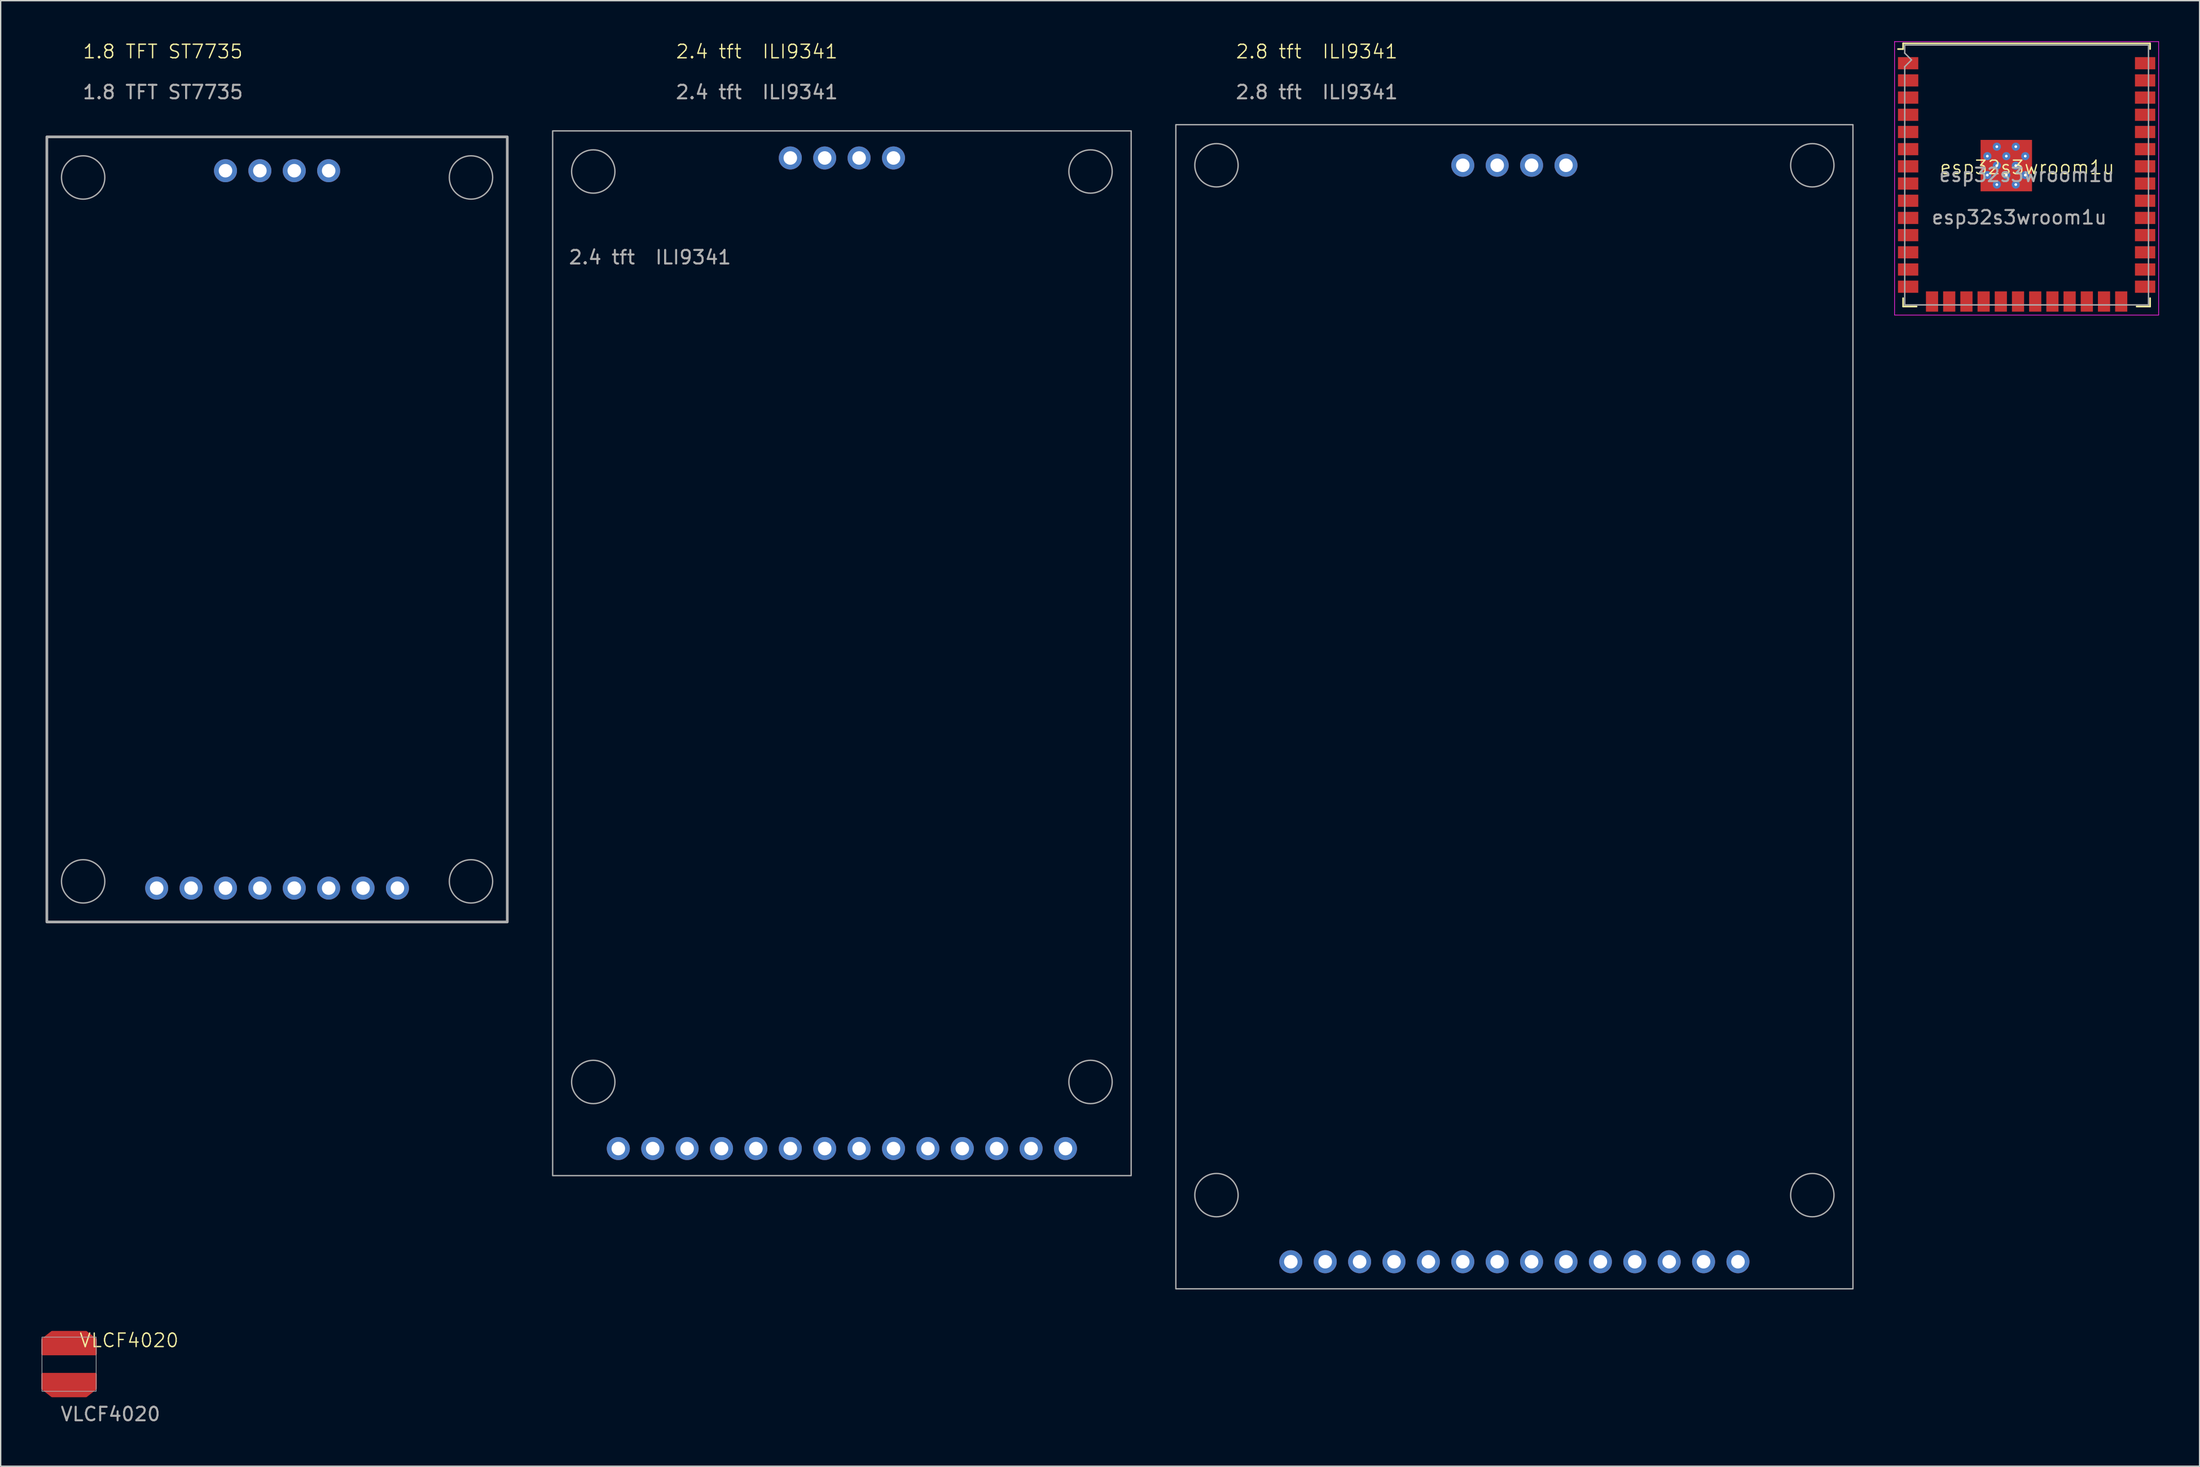
<source format=kicad_pcb>
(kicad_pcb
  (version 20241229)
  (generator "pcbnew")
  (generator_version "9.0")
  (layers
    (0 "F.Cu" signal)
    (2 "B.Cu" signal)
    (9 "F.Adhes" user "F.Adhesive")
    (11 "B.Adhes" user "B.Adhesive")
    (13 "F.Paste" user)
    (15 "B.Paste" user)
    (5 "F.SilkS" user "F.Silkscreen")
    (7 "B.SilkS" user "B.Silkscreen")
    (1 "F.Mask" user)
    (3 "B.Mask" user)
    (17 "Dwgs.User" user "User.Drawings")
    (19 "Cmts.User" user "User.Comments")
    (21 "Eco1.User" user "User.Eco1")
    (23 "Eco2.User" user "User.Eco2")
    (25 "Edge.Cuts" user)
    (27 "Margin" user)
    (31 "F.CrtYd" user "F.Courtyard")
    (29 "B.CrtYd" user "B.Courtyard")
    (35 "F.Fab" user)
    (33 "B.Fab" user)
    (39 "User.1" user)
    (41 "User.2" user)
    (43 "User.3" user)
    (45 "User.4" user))
  (footprint "2.8 tft  ILI9341"
    (layer "F.Cu")
    (at 83.78 6.16)
    (property "Reference" "2.8 tft  ILI9341" (at 10.41 -5.4 0) (unlocked yes) (layer "F.SilkS") (effects (font (size 1 1) (thickness 0.1))))
    (attr smd)
    (fp_rect (start 0 0) (end 50 86) (stroke (width 0.1) (type default)) (fill no) (layer "F.Fab"))
    (fp_circle (center 3 3) (end 4.6 3) (stroke (width 0.1) (type default)) (fill no) (layer "F.Fab"))
    (fp_circle (center 3 79.08) (end 4.6 79.08) (stroke (width 0.1) (type default)) (fill no) (layer "F.Fab"))
    (fp_circle (center 47 3) (end 48.6 3) (stroke (width 0.1) (type default)) (fill no) (layer "F.Fab"))
    (fp_circle (center 47 79.08) (end 48.6 79.08) (stroke (width 0.1) (type default)) (fill no) (layer "F.Fab"))
    (fp_text user "${REFERENCE}" (at 10.41 -2.4 0) (unlocked yes) (layer "F.Fab") (effects (font (size 1 1) (thickness 0.15))))
    (pad "1" thru_hole oval (at 8.49 84) (size 1.7 1.7) (drill 1) (layers "*.Cu" "*.Mask"))
    (pad "2" thru_hole oval (at 11.03 84) (size 1.7 1.7) (drill 1) (layers "*.Cu" "*.Mask"))
    (pad "3" thru_hole oval (at 13.57 84) (size 1.7 1.7) (drill 1) (layers "*.Cu" "*.Mask"))
    (pad "4" thru_hole oval (at 16.11 84) (size 1.7 1.7) (drill 1) (layers "*.Cu" "*.Mask"))
    (pad "5" thru_hole oval (at 18.65 84) (size 1.7 1.7) (drill 1) (layers "*.Cu" "*.Mask"))
    (pad "6" thru_hole oval (at 21.19 84) (size 1.7 1.7) (drill 1) (layers "*.Cu" "*.Mask"))
    (pad "7" thru_hole oval (at 23.73 84) (size 1.7 1.7) (drill 1) (layers "*.Cu" "*.Mask"))
    (pad "8" thru_hole oval (at 26.27 84) (size 1.7 1.7) (drill 1) (layers "*.Cu" "*.Mask"))
    (pad "9" thru_hole oval (at 28.81 84) (size 1.7 1.7) (drill 1) (layers "*.Cu" "*.Mask"))
    (pad "10" thru_hole oval (at 31.35 84) (size 1.7 1.7) (drill 1) (layers "*.Cu" "*.Mask"))
    (pad "11" thru_hole oval (at 33.89 84) (size 1.7 1.7) (drill 1) (layers "*.Cu" "*.Mask"))
    (pad "12" thru_hole oval (at 36.43 84) (size 1.7 1.7) (drill 1) (layers "*.Cu" "*.Mask"))
    (pad "13" thru_hole oval (at 38.97 84) (size 1.7 1.7) (drill 1) (layers "*.Cu" "*.Mask"))
    (pad "14" thru_hole oval (at 41.51 84) (size 1.7 1.7) (drill 1) (layers "*.Cu" "*.Mask"))
    (pad "15" thru_hole oval (at 21.19 3) (size 1.7 1.7) (drill 1) (layers "*.Cu" "*.Mask"))
    (pad "16" thru_hole oval (at 23.73 3) (size 1.7 1.7) (drill 1) (layers "*.Cu" "*.Mask"))
    (pad "17" thru_hole oval (at 26.27 3) (size 1.7 1.7) (drill 1) (layers "*.Cu" "*.Mask"))
    (pad "18" thru_hole oval (at 28.81 3) (size 1.7 1.7) (drill 1) (layers "*.Cu" "*.Mask")))
  (footprint "1.8 TFT ST7735"
    (layer "F.Cu")
    (at 0.25 7.03)
    (property "Reference" "1.8 TFT ST7735" (at 8.73 -6.27 0) (unlocked yes) (layer "F.SilkS") (effects (font (size 1 1) (thickness 0.1))))
    (attr smd)
    (fp_rect (start 34.16 58.03) (end 0.16 0.03) (stroke (width 0.2) (type default)) (fill no) (layer "F.Fab"))
    (fp_circle (center 2.84 3.03) (end 1.24 3.03) (stroke (width 0.1) (type solid)) (fill no) (layer "F.Fab"))
    (fp_circle (center 2.84 55.03) (end 1.24 55.03) (stroke (width 0.1) (type solid)) (fill no) (layer "F.Fab"))
    (fp_circle (center 31.48 3.03) (end 29.88 3.03) (stroke (width 0.1) (type solid)) (fill no) (layer "F.Fab"))
    (fp_circle (center 31.48 55.03) (end 29.88 55.03) (stroke (width 0.1) (type solid)) (fill no) (layer "F.Fab"))
    (fp_text user "${REFERENCE}" (at 8.73 -3.27 0) (unlocked yes) (layer "F.Fab") (effects (font (size 1 1) (thickness 0.15))))
    (pad "1" thru_hole oval (at 8.27 55.53 180) (size 1.7 1.7) (drill 1) (layers "*.Cu" "*.Mask"))
    (pad "2" thru_hole oval (at 10.81 55.53 180) (size 1.7 1.7) (drill 1) (layers "*.Cu" "*.Mask"))
    (pad "3" thru_hole oval (at 13.35 55.53 180) (size 1.7 1.7) (drill 1) (layers "*.Cu" "*.Mask"))
    (pad "4" thru_hole oval (at 15.89 55.53 180) (size 1.7 1.7) (drill 1) (layers "*.Cu" "*.Mask"))
    (pad "5" thru_hole oval (at 18.43 55.53 180) (size 1.7 1.7) (drill 1) (layers "*.Cu" "*.Mask"))
    (pad "6" thru_hole oval (at 20.97 55.53 180) (size 1.7 1.7) (drill 1) (layers "*.Cu" "*.Mask"))
    (pad "7" thru_hole oval (at 23.51 55.53 180) (size 1.7 1.7) (drill 1) (layers "*.Cu" "*.Mask"))
    (pad "8" thru_hole oval (at 26.05 55.53 180) (size 1.7 1.7) (drill 1) (layers "*.Cu" "*.Mask"))
    (pad "9" thru_hole oval (at 13.35 2.53 180) (size 1.7 1.7) (drill 1) (layers "*.Cu" "*.Mask"))
    (pad "10" thru_hole oval (at 15.89 2.53 180) (size 1.7 1.7) (drill 1) (layers "*.Cu" "*.Mask"))
    (pad "11" thru_hole oval (at 18.43 2.53 180) (size 1.7 1.7) (drill 1) (layers "*.Cu" "*.Mask"))
    (pad "12" thru_hole oval (at 20.97 2.53 180) (size 1.7 1.7) (drill 1) (layers "*.Cu" "*.Mask")))
  (footprint "VLCF4020"
    (layer "F.Cu")
    (at 5.11 98.921)
    (property "Reference" "VLCF4020" (at 1.37 -2.95 0) (unlocked yes) (layer "F.SilkS") (effects (font (size 1 1) (thickness 0.1))))
    (attr smd)
    (fp_poly (pts (xy -5.01 -0.45) (xy -1.11 -0.45) (xy -1.11 0.6) (xy -1.81 1.15) (xy -4.31 1.15) (xy -5.01 0.6)) (stroke (width 0.2) (type solid)) (fill yes) (layer "F.Cu"))
    (fp_poly (pts (xy -1.11 -1.95) (xy -5.01 -1.95) (xy -5.01 -3) (xy -4.31 -3.55) (xy -1.81 -3.55) (xy -1.11 -3)) (stroke (width 0.2) (type solid)) (fill yes) (layer "F.Cu"))
    (fp_rect (start -5.06 -3.19) (end -1.06 0.81) (stroke (width 0.05) (type default)) (fill no) (layer "F.Fab"))
    (fp_text user "${REFERENCE}" (at 0 2.5 0) (unlocked yes) (layer "F.Fab") (effects (font (size 1 1) (thickness 0.15))))
    (pad "1" smd roundrect (at -3.1 -2.79) (size 2.286 1.524) (layers "F.Cu" "F.Mask" "F.Paste") (roundrect_rratio 0.25))
    (pad "2" smd roundrect (at -3.07 0.47) (size 2.286 1.524) (layers "F.Cu" "F.Mask" "F.Paste") (roundrect_rratio 0.25)))
  (footprint "esp32s3wroom1u"
    (layer "F.Cu")
    (at 146.651 9.82)
    (property "Reference" "esp32s3wroom1u" (at 0 -0.5 0) (unlocked yes) (layer "F.SilkS") (effects (font (size 1 1) (thickness 0.1))))
    (attr smd)
    (fp_line (start -9.166 -9.665) (end -9.166 -9.245) (stroke (width 0.12) (type solid)) (layer "F.SilkS"))
    (fp_line (start -9.166 -9.665) (end 9.074 -9.665) (stroke (width 0.12) (type solid)) (layer "F.SilkS"))
    (fp_line (start -9.166 -9.245) (end -9.546 -9.245) (stroke (width 0.12) (type solid)) (layer "F.SilkS"))
    (fp_line (start -9.166 9.155) (end -9.166 9.775) (stroke (width 0.12) (type solid)) (layer "F.SilkS"))
    (fp_line (start -9.166 9.775) (end -8.166 9.775) (stroke (width 0.12) (type solid)) (layer "F.SilkS"))
    (fp_line (start 9.074 -9.665) (end 9.074 -9.245) (stroke (width 0.12) (type solid)) (layer "F.SilkS"))
    (fp_line (start 9.074 9.155) (end 9.074 9.775) (stroke (width 0.12) (type solid)) (layer "F.SilkS"))
    (fp_line (start 9.074 9.775) (end 8.074 9.775) (stroke (width 0.12) (type solid)) (layer "F.SilkS"))
    (fp_line (start -9.796 10.405) (end -9.796 -9.795) (stroke (width 0.05) (type solid)) (layer "F.CrtYd"))
    (fp_line (start -9.796 10.405) (end 9.704 10.405) (stroke (width 0.05) (type solid)) (layer "F.CrtYd"))
    (fp_line (start 9.704 -9.795) (end -9.796 -9.795) (stroke (width 0.05) (type solid)) (layer "F.CrtYd"))
    (fp_line (start 9.704 -9.795) (end 9.704 10.405) (stroke (width 0.05) (type solid)) (layer "F.CrtYd"))
    (fp_line (start -9.046 -9.545) (end -9.046 -8.945) (stroke (width 0.1) (type solid)) (layer "F.Fab"))
    (fp_line (start -9.046 -9.545) (end 8.954 -9.545) (stroke (width 0.1) (type solid)) (layer "F.Fab"))
    (fp_line (start -9.046 -7.945) (end -9.046 9.655) (stroke (width 0.1) (type solid)) (layer "F.Fab"))
    (fp_line (start -9.046 -7.945) (end -8.546 -8.445) (stroke (width 0.1) (type solid)) (layer "F.Fab"))
    (fp_line (start -9.046 9.655) (end 8.954 9.655) (stroke (width 0.1) (type solid)) (layer "F.Fab"))
    (fp_line (start -8.546 -8.445) (end -9.046 -8.945) (stroke (width 0.1) (type solid)) (layer "F.Fab"))
    (fp_line (start 8.954 9.655) (end 8.954 -9.545) (stroke (width 0.1) (type solid)) (layer "F.Fab"))
    (fp_text user "${REFERENCE}" (at -0.59 3.19 0) (unlocked yes) (layer "F.Fab") (effects (font (size 1 1) (thickness 0.15))))
    (fp_text user "${REFERENCE}" (at -0.046 0.055 0) (layer "F.Fab") (effects (font (size 1 1) (thickness 0.15))))
    (pad "1" smd rect (at -8.796 -8.2) (size 1.5 0.9) (layers "F.Cu" "F.Mask" "F.Paste"))
    (pad "2" smd rect (at -8.796 -6.93) (size 1.5 0.9) (layers "F.Cu" "F.Mask" "F.Paste"))
    (pad "3" smd rect (at -8.796 -5.66) (size 1.5 0.9) (layers "F.Cu" "F.Mask" "F.Paste"))
    (pad "4" smd rect (at -8.796 -4.39) (size 1.5 0.9) (layers "F.Cu" "F.Mask" "F.Paste"))
    (pad "5" smd rect (at -8.796 -3.12) (size 1.5 0.9) (layers "F.Cu" "F.Mask" "F.Paste"))
    (pad "6" smd rect (at -8.796 -1.85) (size 1.5 0.9) (layers "F.Cu" "F.Mask" "F.Paste"))
    (pad "7" smd rect (at -8.796 -0.58) (size 1.5 0.9) (layers "F.Cu" "F.Mask" "F.Paste"))
    (pad "8" smd rect (at -8.796 0.69) (size 1.5 0.9) (layers "F.Cu" "F.Mask" "F.Paste"))
    (pad "9" smd rect (at -8.796 1.96) (size 1.5 0.9) (layers "F.Cu" "F.Mask" "F.Paste"))
    (pad "10" smd rect (at -8.796 3.23) (size 1.5 0.9) (layers "F.Cu" "F.Mask" "F.Paste"))
    (pad "11" smd rect (at -8.796 4.5) (size 1.5 0.9) (layers "F.Cu" "F.Mask" "F.Paste"))
    (pad "12" smd rect (at -8.796 5.77) (size 1.5 0.9) (layers "F.Cu" "F.Mask" "F.Paste"))
    (pad "13" smd rect (at -8.796 7.04) (size 1.5 0.9) (layers "F.Cu" "F.Mask" "F.Paste"))
    (pad "14" smd rect (at -8.796 8.31) (size 1.5 0.9) (layers "F.Cu" "F.Mask" "F.Paste"))
    (pad "15" smd rect (at -7.031 9.405 90) (size 1.5 0.9) (layers "F.Cu" "F.Mask" "F.Paste"))
    (pad "16" smd rect (at -5.761 9.405 90) (size 1.5 0.9) (layers "F.Cu" "F.Mask" "F.Paste"))
    (pad "17" smd rect (at -4.491 9.405 90) (size 1.5 0.9) (layers "F.Cu" "F.Mask" "F.Paste"))
    (pad "18" smd rect (at -3.221 9.405 90) (size 1.5 0.9) (layers "F.Cu" "F.Mask" "F.Paste"))
    (pad "19" smd rect (at -1.951 9.405 90) (size 1.5 0.9) (layers "F.Cu" "F.Mask" "F.Paste"))
    (pad "20" smd rect (at -0.681 9.405 90) (size 1.5 0.9) (layers "F.Cu" "F.Mask" "F.Paste"))
    (pad "21" smd rect (at 0.589 9.405 90) (size 1.5 0.9) (layers "F.Cu" "F.Mask" "F.Paste"))
    (pad "22" smd rect (at 1.859 9.405 90) (size 1.5 0.9) (layers "F.Cu" "F.Mask" "F.Paste"))
    (pad "23" smd rect (at 3.129 9.405 90) (size 1.5 0.9) (layers "F.Cu" "F.Mask" "F.Paste"))
    (pad "24" smd rect (at 4.399 9.405 90) (size 1.5 0.9) (layers "F.Cu" "F.Mask" "F.Paste"))
    (pad "25" smd rect (at 5.669 9.405 90) (size 1.5 0.9) (layers "F.Cu" "F.Mask" "F.Paste"))
    (pad "26" smd rect (at 6.939 9.405 90) (size 1.5 0.9) (layers "F.Cu" "F.Mask" "F.Paste"))
    (pad "27" smd rect (at 8.704 8.31) (size 1.5 0.9) (layers "F.Cu" "F.Mask" "F.Paste"))
    (pad "28" smd rect (at 8.704 7.04) (size 1.5 0.9) (layers "F.Cu" "F.Mask" "F.Paste"))
    (pad "29" smd rect (at 8.704 5.77) (size 1.5 0.9) (layers "F.Cu" "F.Mask" "F.Paste"))
    (pad "30" smd rect (at 8.704 4.5) (size 1.5 0.9) (layers "F.Cu" "F.Mask" "F.Paste"))
    (pad "31" smd rect (at 8.704 3.23) (size 1.5 0.9) (layers "F.Cu" "F.Mask" "F.Paste"))
    (pad "32" smd rect (at 8.704 1.96) (size 1.5 0.9) (layers "F.Cu" "F.Mask" "F.Paste"))
    (pad "33" smd rect (at 8.704 0.69) (size 1.5 0.9) (layers "F.Cu" "F.Mask" "F.Paste"))
    (pad "34" smd rect (at 8.704 -0.58) (size 1.5 0.9) (layers "F.Cu" "F.Mask" "F.Paste"))
    (pad "35" smd rect (at 8.704 -1.85) (size 1.5 0.9) (layers "F.Cu" "F.Mask" "F.Paste"))
    (pad "36" smd rect (at 8.704 -3.12) (size 1.5 0.9) (layers "F.Cu" "F.Mask" "F.Paste"))
    (pad "37" smd rect (at 8.704 -4.39) (size 1.5 0.9) (layers "F.Cu" "F.Mask" "F.Paste"))
    (pad "38" smd rect (at 8.704 -5.66) (size 1.5 0.9) (layers "F.Cu" "F.Mask" "F.Paste"))
    (pad "39" smd rect (at -2.946 -2.035) (size 0.9 0.9) (layers "F.Cu" "F.Paste"))
    (pad "39" thru_hole circle (at -2.946 -1.335) (size 0.6 0.6) (drill 0.2) (property pad_prop_heatsink) (layers "*.Cu" "F.Mask"))
    (pad "39" smd rect (at -2.946 -0.635) (size 0.9 0.9) (layers "F.Cu" "F.Paste"))
    (pad "39" thru_hole circle (at -2.946 0.065) (size 0.6 0.6) (drill 0.2) (property pad_prop_heatsink) (layers "*.Cu" "F.Mask"))
    (pad "39" smd rect (at -2.946 0.765) (size 0.9 0.9) (layers "F.Cu" "F.Paste"))
    (pad "39" thru_hole circle (at -2.246 -2.035) (size 0.6 0.6) (drill 0.2) (property pad_prop_heatsink) (layers "*.Cu" "F.Mask"))
    (pad "39" thru_hole circle (at -2.246 -0.635) (size 0.6 0.6) (drill 0.2) (property pad_prop_heatsink) (layers "*.Cu" "F.Mask"))
    (pad "39" thru_hole circle (at -2.246 0.765) (size 0.6 0.6) (drill 0.2) (property pad_prop_heatsink) (layers "*.Cu" "F.Mask"))
    (pad "39" smd rect (at -1.546 -2.035) (size 0.9 0.9) (layers "F.Cu" "F.Paste"))
    (pad "39" thru_hole circle (at -1.546 -1.335) (size 0.6 0.6) (drill 0.2) (property pad_prop_heatsink) (layers "*.Cu" "F.Mask"))
    (pad "39" smd rect (at -1.546 -0.635) (size 0.9 0.9) (layers "F.Cu" "F.Paste"))
    (pad "39" thru_hole circle (at -1.546 0.065) (size 0.6 0.6) (drill 0.2) (property pad_prop_heatsink) (layers "*.Cu" "F.Mask"))
    (pad "39" smd rect (at -1.546 0.765) (size 0.9 0.9) (layers "F.Cu" "F.Paste"))
    (pad "39" thru_hole circle (at -0.846 -2.035) (size 0.6 0.6) (drill 0.2) (property pad_prop_heatsink) (layers "*.Cu" "F.Mask"))
    (pad "39" thru_hole circle (at -0.846 -0.635) (size 0.6 0.6) (drill 0.2) (property pad_prop_heatsink) (layers "*.Cu" "F.Mask"))
    (pad "39" thru_hole circle (at -0.846 0.765) (size 0.6 0.6) (drill 0.2) (property pad_prop_heatsink) (layers "*.Cu" "F.Mask"))
    (pad "39" smd rect (at -0.146 -2.035) (size 0.9 0.9) (layers "F.Cu" "F.Paste"))
    (pad "39" thru_hole circle (at -0.146 -1.335) (size 0.6 0.6) (drill 0.2) (property pad_prop_heatsink) (layers "*.Cu" "F.Mask"))
    (pad "39" smd rect (at -0.146 -0.635) (size 0.9 0.9) (layers "F.Cu" "F.Paste"))
    (pad "39" thru_hole circle (at -0.146 0.065) (size 0.6 0.6) (drill 0.2) (property pad_prop_heatsink) (layers "*.Cu" "F.Mask"))
    (pad "39" smd rect (at -0.146 0.765) (size 0.9 0.9) (layers "F.Cu" "F.Paste"))
    (pad "39" smd rect (at 8.704 -6.93) (size 1.5 0.9) (layers "F.Cu" "F.Mask" "F.Paste"))
    (pad "40" smd rect (at 8.704 -8.2) (size 1.5 0.9) (layers "F.Cu" "F.Mask" "F.Paste"))
    (pad "41" smd rect (at -1.546 -0.635) (size 3.8 3.8) (layers "F.Cu" "F.Mask")))
  (footprint "2.4 tft  ILI9341"
    (layer "F.Cu")
    (at 37.76 6.62)
    (property "Reference" "2.4 tft  ILI9341" (at 15.08 -5.86 0) (unlocked yes) (layer "F.SilkS") (effects (font (size 1 1) (thickness 0.1))))
    (attr smd)
    (fp_rect (start 0 0) (end 42.72 77.18) (stroke (width 0.1) (type default)) (fill no) (layer "F.Fab"))
    (fp_circle (center 3 3) (end 4.6 3) (stroke (width 0.1) (type default)) (fill no) (layer "F.Fab"))
    (fp_circle (center 3 70.26) (end 4.6 70.26) (stroke (width 0.1) (type default)) (fill no) (layer "F.Fab"))
    (fp_circle (center 39.72 3) (end 41.32 3) (stroke (width 0.1) (type default)) (fill no) (layer "F.Fab"))
    (fp_circle (center 39.72 70.26) (end 41.32 70.26) (stroke (width 0.1) (type default)) (fill no) (layer "F.Fab"))
    (fp_text user "${REFERENCE}" (at 15.08 -2.86 0) (unlocked yes) (layer "F.Fab") (effects (font (size 1 1) (thickness 0.15))))
    (fp_text user "${REFERENCE}" (at 7.19 9.34 180) (layer "F.Fab") (effects (font (size 1 1) (thickness 0.15))))
    (pad "1" thru_hole oval (at 4.85 75.18) (size 1.7 1.7) (drill 1) (layers "*.Cu" "*.Mask"))
    (pad "2" thru_hole oval (at 7.39 75.18) (size 1.7 1.7) (drill 1) (layers "*.Cu" "*.Mask"))
    (pad "3" thru_hole oval (at 9.93 75.18) (size 1.7 1.7) (drill 1) (layers "*.Cu" "*.Mask"))
    (pad "4" thru_hole oval (at 12.47 75.18) (size 1.7 1.7) (drill 1) (layers "*.Cu" "*.Mask"))
    (pad "5" thru_hole oval (at 15.01 75.18) (size 1.7 1.7) (drill 1) (layers "*.Cu" "*.Mask"))
    (pad "6" thru_hole oval (at 17.55 75.18) (size 1.7 1.7) (drill 1) (layers "*.Cu" "*.Mask"))
    (pad "7" thru_hole oval (at 20.09 75.18) (size 1.7 1.7) (drill 1) (layers "*.Cu" "*.Mask"))
    (pad "8" thru_hole oval (at 22.63 75.18) (size 1.7 1.7) (drill 1) (layers "*.Cu" "*.Mask"))
    (pad "9" thru_hole oval (at 25.17 75.18) (size 1.7 1.7) (drill 1) (layers "*.Cu" "*.Mask"))
    (pad "10" thru_hole oval (at 27.71 75.18) (size 1.7 1.7) (drill 1) (layers "*.Cu" "*.Mask"))
    (pad "11" thru_hole oval (at 30.25 75.18) (size 1.7 1.7) (drill 1) (layers "*.Cu" "*.Mask"))
    (pad "12" thru_hole oval (at 32.79 75.18) (size 1.7 1.7) (drill 1) (layers "*.Cu" "*.Mask"))
    (pad "13" thru_hole oval (at 35.33 75.18) (size 1.7 1.7) (drill 1) (layers "*.Cu" "*.Mask"))
    (pad "14" thru_hole oval (at 37.87 75.18) (size 1.7 1.7) (drill 1) (layers "*.Cu" "*.Mask"))
    (pad "15" thru_hole oval (at 17.55 2) (size 1.7 1.7) (drill 1) (layers "*.Cu" "*.Mask"))
    (pad "16" thru_hole oval (at 20.09 2) (size 1.7 1.7) (drill 1) (layers "*.Cu" "*.Mask"))
    (pad "17" thru_hole oval (at 22.63 2) (size 1.7 1.7) (drill 1) (layers "*.Cu" "*.Mask"))
    (pad "18" thru_hole oval (at 25.17 2) (size 1.7 1.7) (drill 1) (layers "*.Cu" "*.Mask")))
  (gr_rect
    (start -3 -3)
    (end 159.38 105.269)
    (stroke (width 0.1) (type default))
    (fill no)
    (layer "Edge.Cuts")))
</source>
